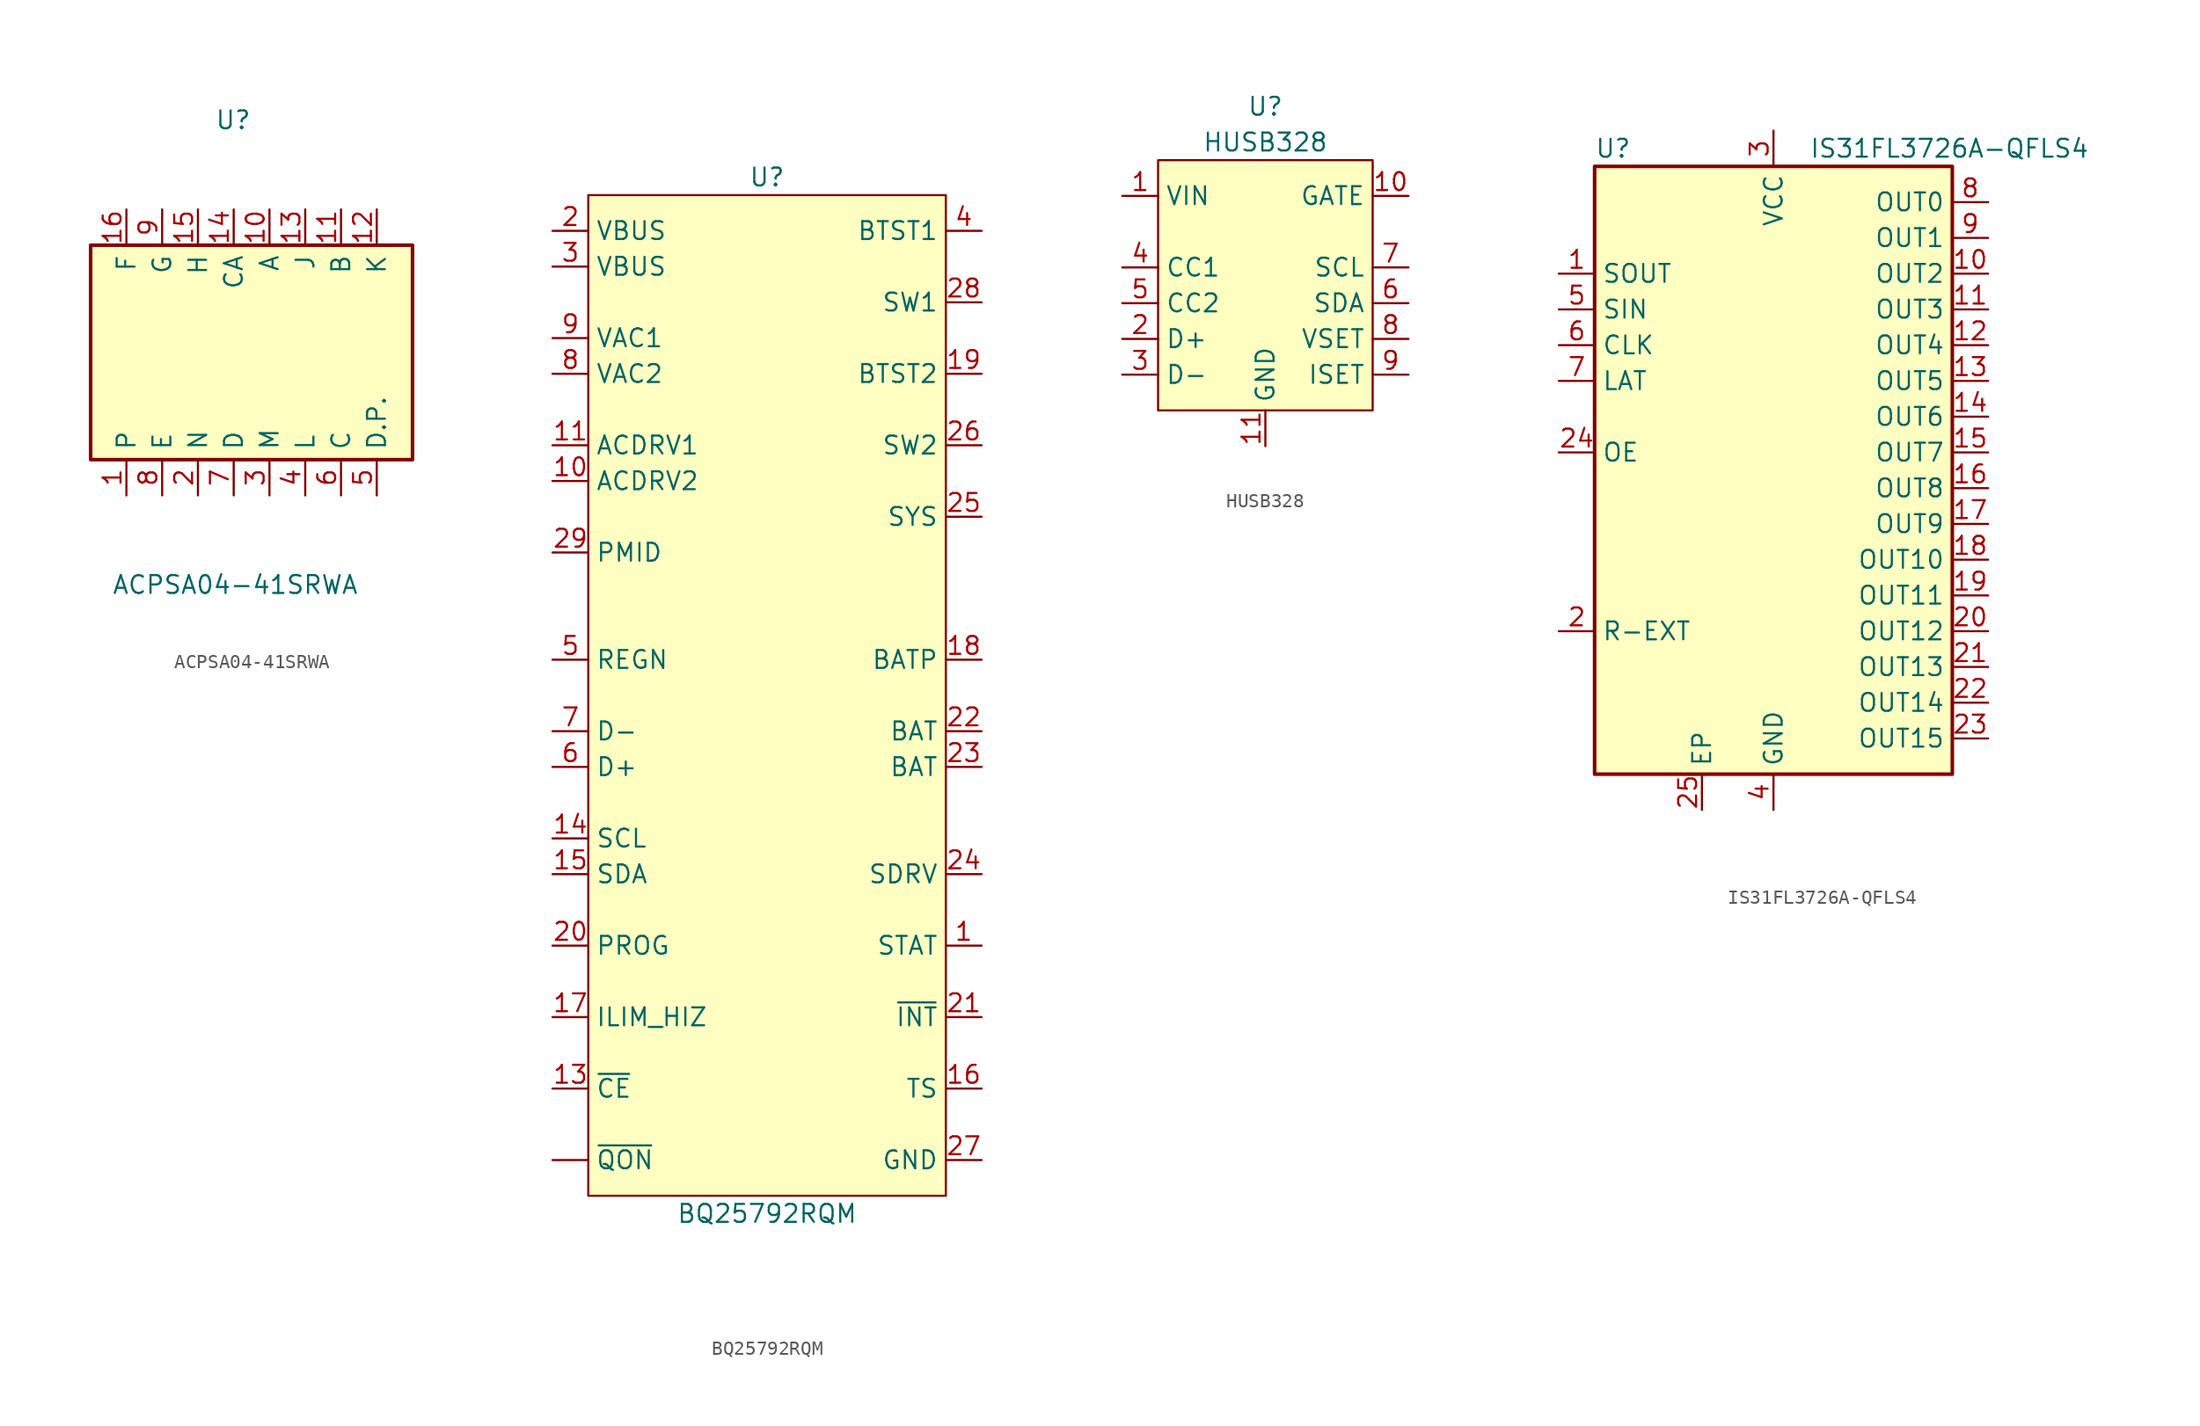
<source format=kicad_sym>
(kicad_symbol_lib
  (version 20211014)
  (generator kicad_symbol_editor)
  (symbol "ACPSA04-41SRWA"
    (pin_names
      (offset 0.635))
    (property "Reference" "U"
      (at 1.27 16.51 0)
      (effects (font (size 1.27 1.27)) (justify right)))
    (property "Value" "ACPSA04-41SRWA"
      (at 8.89 -16.51 0)
      (effects (font (size 1.27 1.27)) (justify right)))
    (symbol "ACPSA04-41SRWA_0_1"
      (rectangle (start -10.16 7.62) (end 12.7 -7.62) (stroke (width 0.254) (type default) (color 0 0 0 0)) (fill (type background))))
    (symbol "ACPSA04-41SRWA_1_1"
      (pin input line (at -7.62 -10.16 90) (length 2.54) (name "P" (effects (font (size 1.27 1.27)))) (number "1" (effects (font (size 1.27 1.27)))))
      (pin input line (at 2.54 10.16 270) (length 2.54) (name "A" (effects (font (size 1.27 1.27)))) (number "10" (effects (font (size 1.27 1.27)))))
      (pin input line (at 7.62 10.16 270) (length 2.54) (name "B" (effects (font (size 1.27 1.27)))) (number "11" (effects (font (size 1.27 1.27)))))
      (pin input line (at 10.16 10.16 270) (length 2.54) (name "K" (effects (font (size 1.27 1.27)))) (number "12" (effects (font (size 1.27 1.27)))))
      (pin input line (at 5.08 10.16 270) (length 2.54) (name "J" (effects (font (size 1.27 1.27)))) (number "13" (effects (font (size 1.27 1.27)))))
      (pin input line (at 0 10.16 270) (length 2.54) (name "CA" (effects (font (size 1.27 1.27)))) (number "14" (effects (font (size 1.27 1.27)))))
      (pin input line (at -2.54 10.16 270) (length 2.54) (name "H" (effects (font (size 1.27 1.27)))) (number "15" (effects (font (size 1.27 1.27)))))
      (pin input line (at -7.62 10.16 270) (length 2.54) (name "F" (effects (font (size 1.27 1.27)))) (number "16" (effects (font (size 1.27 1.27)))))
      (pin input line (at -2.54 -10.16 90) (length 2.54) (name "N" (effects (font (size 1.27 1.27)))) (number "2" (effects (font (size 1.27 1.27)))))
      (pin input line (at 2.54 -10.16 90) (length 2.54) (name "M" (effects (font (size 1.27 1.27)))) (number "3" (effects (font (size 1.27 1.27)))))
      (pin input line (at 5.08 -10.16 90) (length 2.54) (name "L" (effects (font (size 1.27 1.27)))) (number "4" (effects (font (size 1.27 1.27)))))
      (pin input line (at 10.16 -10.16 90) (length 2.54) (name "D.P." (effects (font (size 1.27 1.27)))) (number "5" (effects (font (size 1.27 1.27)))))
      (pin input line (at 7.62 -10.16 90) (length 2.54) (name "C" (effects (font (size 1.27 1.27)))) (number "6" (effects (font (size 1.27 1.27)))))
      (pin input line (at 0 -10.16 90) (length 2.54) (name "D" (effects (font (size 1.27 1.27)))) (number "7" (effects (font (size 1.27 1.27)))))
      (pin input line (at -5.08 -10.16 90) (length 2.54) (name "E" (effects (font (size 1.27 1.27)))) (number "8" (effects (font (size 1.27 1.27)))))
      (pin input line (at -5.08 10.16 270) (length 2.54) (name "G" (effects (font (size 1.27 1.27)))) (number "9" (effects (font (size 1.27 1.27)))))))
  (symbol "BQ25792RQM"
    (property "Reference" "U"
      (at 0 36.83 0)
      (effects (font (size 1.27 1.27))))
    (property "Value" "BQ25792RQM"
      (at 0 -36.83 0)
      (effects (font (size 1.27 1.27))))
    (symbol "BQ25792RQM_0_1"
      (rectangle (start -12.7 35.56) (end 12.7 -35.56) (stroke (width 0) (type default) (color 0 0 0 0)) (fill (type background))))
    (symbol "BQ25792RQM_1_1"
      (pin input line (at -15.24 -33.02 0) (length 2.54) (name "~{QON}" (effects (font (size 1.27 1.27)))) (number "" (effects (font (size 1.27 1.27)))))
      (pin input line (at 15.24 -17.78 180) (length 2.54) (name "STAT" (effects (font (size 1.27 1.27)))) (number "1" (effects (font (size 1.27 1.27)))))
      (pin input line (at -15.24 15.24 0) (length 2.54) (name "ACDRV2" (effects (font (size 1.27 1.27)))) (number "10" (effects (font (size 1.27 1.27)))))
      (pin input line (at -15.24 17.78 0) (length 2.54) (name "ACDRV1" (effects (font (size 1.27 1.27)))) (number "11" (effects (font (size 1.27 1.27)))))
      (pin input line (at -15.24 -27.94 0) (length 2.54) (name "~{CE}" (effects (font (size 1.27 1.27)))) (number "13" (effects (font (size 1.27 1.27)))))
      (pin input line (at -15.24 -10.16 0) (length 2.54) (name "SCL" (effects (font (size 1.27 1.27)))) (number "14" (effects (font (size 1.27 1.27)))))
      (pin input line (at -15.24 -12.7 0) (length 2.54) (name "SDA" (effects (font (size 1.27 1.27)))) (number "15" (effects (font (size 1.27 1.27)))))
      (pin input line (at 15.24 -27.94 180) (length 2.54) (name "TS" (effects (font (size 1.27 1.27)))) (number "16" (effects (font (size 1.27 1.27)))))
      (pin input line (at -15.24 -22.86 0) (length 2.54) (name "ILIM_HIZ" (effects (font (size 1.27 1.27)))) (number "17" (effects (font (size 1.27 1.27)))))
      (pin input line (at 15.24 2.54 180) (length 2.54) (name "BATP" (effects (font (size 1.27 1.27)))) (number "18" (effects (font (size 1.27 1.27)))))
      (pin input line (at 15.24 22.86 180) (length 2.54) (name "BTST2" (effects (font (size 1.27 1.27)))) (number "19" (effects (font (size 1.27 1.27)))))
      (pin input line (at -15.24 33.02 0) (length 2.54) (name "VBUS" (effects (font (size 1.27 1.27)))) (number "2" (effects (font (size 1.27 1.27)))))
      (pin input line (at -15.24 -17.78 0) (length 2.54) (name "PROG" (effects (font (size 1.27 1.27)))) (number "20" (effects (font (size 1.27 1.27)))))
      (pin input line (at 15.24 -22.86 180) (length 2.54) (name "~{INT}" (effects (font (size 1.27 1.27)))) (number "21" (effects (font (size 1.27 1.27)))))
      (pin input line (at 15.24 -2.54 180) (length 2.54) (name "BAT" (effects (font (size 1.27 1.27)))) (number "22" (effects (font (size 1.27 1.27)))))
      (pin input line (at 15.24 -5.08 180) (length 2.54) (name "BAT" (effects (font (size 1.27 1.27)))) (number "23" (effects (font (size 1.27 1.27)))))
      (pin input line (at 15.24 -12.7 180) (length 2.54) (name "SDRV" (effects (font (size 1.27 1.27)))) (number "24" (effects (font (size 1.27 1.27)))))
      (pin input line (at 15.24 12.7 180) (length 2.54) (name "SYS" (effects (font (size 1.27 1.27)))) (number "25" (effects (font (size 1.27 1.27)))))
      (pin input line (at 15.24 17.78 180) (length 2.54) (name "SW2" (effects (font (size 1.27 1.27)))) (number "26" (effects (font (size 1.27 1.27)))))
      (pin input line (at 15.24 -33.02 180) (length 2.54) (name "GND" (effects (font (size 1.27 1.27)))) (number "27" (effects (font (size 1.27 1.27)))))
      (pin input line (at 15.24 27.94 180) (length 2.54) (name "SW1" (effects (font (size 1.27 1.27)))) (number "28" (effects (font (size 1.27 1.27)))))
      (pin input line (at -15.24 10.16 0) (length 2.54) (name "PMID" (effects (font (size 1.27 1.27)))) (number "29" (effects (font (size 1.27 1.27)))))
      (pin input line (at -15.24 30.48 0) (length 2.54) (name "VBUS" (effects (font (size 1.27 1.27)))) (number "3" (effects (font (size 1.27 1.27)))))
      (pin input line (at 15.24 33.02 180) (length 2.54) (name "BTST1" (effects (font (size 1.27 1.27)))) (number "4" (effects (font (size 1.27 1.27)))))
      (pin input line (at -15.24 2.54 0) (length 2.54) (name "REGN" (effects (font (size 1.27 1.27)))) (number "5" (effects (font (size 1.27 1.27)))))
      (pin input line (at -15.24 -5.08 0) (length 2.54) (name "D+" (effects (font (size 1.27 1.27)))) (number "6" (effects (font (size 1.27 1.27)))))
      (pin input line (at -15.24 -2.54 0) (length 2.54) (name "D-" (effects (font (size 1.27 1.27)))) (number "7" (effects (font (size 1.27 1.27)))))
      (pin input line (at -15.24 22.86 0) (length 2.54) (name "VAC2" (effects (font (size 1.27 1.27)))) (number "8" (effects (font (size 1.27 1.27)))))
      (pin input line (at -15.24 25.4 0) (length 2.54) (name "VAC1" (effects (font (size 1.27 1.27)))) (number "9" (effects (font (size 1.27 1.27)))))))
  (symbol "HUSB328"
    (property "Reference" "U"
      (at 0 12.7 0)
      (effects (font (size 1.27 1.27))))
    (property "Value" "HUSB328"
      (at 0 10.16 0)
      (effects (font (size 1.27 1.27))))
    (symbol "HUSB328_0_1"
      (rectangle (start -7.62 8.89) (end 7.62 -8.89) (stroke (width 0) (type default) (color 0 0 0 0)) (fill (type background))))
    (symbol "HUSB328_1_1"
      (pin input line (at -10.16 6.35 0) (length 2.54) (name "VIN" (effects (font (size 1.27 1.27)))) (number "1" (effects (font (size 1.27 1.27)))))
      (pin input line (at 10.16 6.35 180) (length 2.54) (name "GATE" (effects (font (size 1.27 1.27)))) (number "10" (effects (font (size 1.27 1.27)))))
      (pin input line (at 0 -11.43 90) (length 2.54) (name "GND" (effects (font (size 1.27 1.27)))) (number "11" (effects (font (size 1.27 1.27)))))
      (pin input line (at -10.16 -3.81 0) (length 2.54) (name "D+" (effects (font (size 1.27 1.27)))) (number "2" (effects (font (size 1.27 1.27)))))
      (pin input line (at -10.16 -6.35 0) (length 2.54) (name "D-" (effects (font (size 1.27 1.27)))) (number "3" (effects (font (size 1.27 1.27)))))
      (pin input line (at -10.16 1.27 0) (length 2.54) (name "CC1" (effects (font (size 1.27 1.27)))) (number "4" (effects (font (size 1.27 1.27)))))
      (pin input line (at -10.16 -1.27 0) (length 2.54) (name "CC2" (effects (font (size 1.27 1.27)))) (number "5" (effects (font (size 1.27 1.27)))))
      (pin input line (at 10.16 -1.27 180) (length 2.54) (name "SDA" (effects (font (size 1.27 1.27)))) (number "6" (effects (font (size 1.27 1.27)))))
      (pin input line (at 10.16 1.27 180) (length 2.54) (name "SCL" (effects (font (size 1.27 1.27)))) (number "7" (effects (font (size 1.27 1.27)))))
      (pin input line (at 10.16 -3.81 180) (length 2.54) (name "VSET" (effects (font (size 1.27 1.27)))) (number "8" (effects (font (size 1.27 1.27)))))
      (pin input line (at 10.16 -6.35 180) (length 2.54) (name "ISET" (effects (font (size 1.27 1.27)))) (number "9" (effects (font (size 1.27 1.27)))))))
  (symbol "IS31FL3726A-QFLS4"
    (property "Reference" "U"
      (at -12.7 21.59 0)
      (effects (font (size 1.27 1.27)) (justify left)))
    (property "Value" "IS31FL3726A-QFLS4"
      (at 2.54 21.59 0)
      (effects (font (size 1.27 1.27)) (justify left)))
    (symbol "IS31FL3726A-QFLS4_0_1"
      (rectangle (start -12.7 20.32) (end 12.7 -22.86) (stroke (width 0.254) (type default) (color 0 0 0 0)) (fill (type background))))
    (symbol "IS31FL3726A-QFLS4_1_1"
      (pin output line (at -15.24 12.7 0) (length 2.54) (name "SOUT" (effects (font (size 1.27 1.27)))) (number "1" (effects (font (size 1.27 1.27)))))
      (pin output line (at 15.24 12.7 180) (length 2.54) (name "OUT2" (effects (font (size 1.27 1.27)))) (number "10" (effects (font (size 1.27 1.27)))))
      (pin output line (at 15.24 10.16 180) (length 2.54) (name "OUT3" (effects (font (size 1.27 1.27)))) (number "11" (effects (font (size 1.27 1.27)))))
      (pin output line (at 15.24 7.62 180) (length 2.54) (name "OUT4" (effects (font (size 1.27 1.27)))) (number "12" (effects (font (size 1.27 1.27)))))
      (pin output line (at 15.24 5.08 180) (length 2.54) (name "OUT5" (effects (font (size 1.27 1.27)))) (number "13" (effects (font (size 1.27 1.27)))))
      (pin output line (at 15.24 2.54 180) (length 2.54) (name "OUT6" (effects (font (size 1.27 1.27)))) (number "14" (effects (font (size 1.27 1.27)))))
      (pin output line (at 15.24 0 180) (length 2.54) (name "OUT7" (effects (font (size 1.27 1.27)))) (number "15" (effects (font (size 1.27 1.27)))))
      (pin output line (at 15.24 -2.54 180) (length 2.54) (name "OUT8" (effects (font (size 1.27 1.27)))) (number "16" (effects (font (size 1.27 1.27)))))
      (pin output line (at 15.24 -5.08 180) (length 2.54) (name "OUT9" (effects (font (size 1.27 1.27)))) (number "17" (effects (font (size 1.27 1.27)))))
      (pin output line (at 15.24 -7.62 180) (length 2.54) (name "OUT10" (effects (font (size 1.27 1.27)))) (number "18" (effects (font (size 1.27 1.27)))))
      (pin output line (at 15.24 -10.16 180) (length 2.54) (name "OUT11" (effects (font (size 1.27 1.27)))) (number "19" (effects (font (size 1.27 1.27)))))
      (pin passive line (at -15.24 -12.7 0) (length 2.54) (name "R-EXT" (effects (font (size 1.27 1.27)))) (number "2" (effects (font (size 1.27 1.27)))))
      (pin output line (at 15.24 -12.7 180) (length 2.54) (name "OUT12" (effects (font (size 1.27 1.27)))) (number "20" (effects (font (size 1.27 1.27)))))
      (pin output line (at 15.24 -15.24 180) (length 2.54) (name "OUT13" (effects (font (size 1.27 1.27)))) (number "21" (effects (font (size 1.27 1.27)))))
      (pin output line (at 15.24 -17.78 180) (length 2.54) (name "OUT14" (effects (font (size 1.27 1.27)))) (number "22" (effects (font (size 1.27 1.27)))))
      (pin output line (at 15.24 -20.32 180) (length 2.54) (name "OUT15" (effects (font (size 1.27 1.27)))) (number "23" (effects (font (size 1.27 1.27)))))
      (pin input line (at -15.24 0 0) (length 2.54) (name "OE" (effects (font (size 1.27 1.27)))) (number "24" (effects (font (size 1.27 1.27)))))
      (pin passive line (at -5.08 -25.4 90) (length 2.54) (name "EP" (effects (font (size 1.27 1.27)))) (number "25" (effects (font (size 1.27 1.27)))))
      (pin power_in line (at 0 22.86 270) (length 2.54) (name "VCC" (effects (font (size 1.27 1.27)))) (number "3" (effects (font (size 1.27 1.27)))))
      (pin power_in line (at 0 -25.4 90) (length 2.54) (name "GND" (effects (font (size 1.27 1.27)))) (number "4" (effects (font (size 1.27 1.27)))))
      (pin input line (at -15.24 10.16 0) (length 2.54) (name "SIN" (effects (font (size 1.27 1.27)))) (number "5" (effects (font (size 1.27 1.27)))))
      (pin input line (at -15.24 7.62 0) (length 2.54) (name "CLK" (effects (font (size 1.27 1.27)))) (number "6" (effects (font (size 1.27 1.27)))))
      (pin input line (at -15.24 5.08 0) (length 2.54) (name "LAT" (effects (font (size 1.27 1.27)))) (number "7" (effects (font (size 1.27 1.27)))))
      (pin output line (at 15.24 17.78 180) (length 2.54) (name "OUT0" (effects (font (size 1.27 1.27)))) (number "8" (effects (font (size 1.27 1.27)))))
      (pin output line (at 15.24 15.24 180) (length 2.54) (name "OUT1" (effects (font (size 1.27 1.27)))) (number "9" (effects (font (size 1.27 1.27))))))))
</source>
